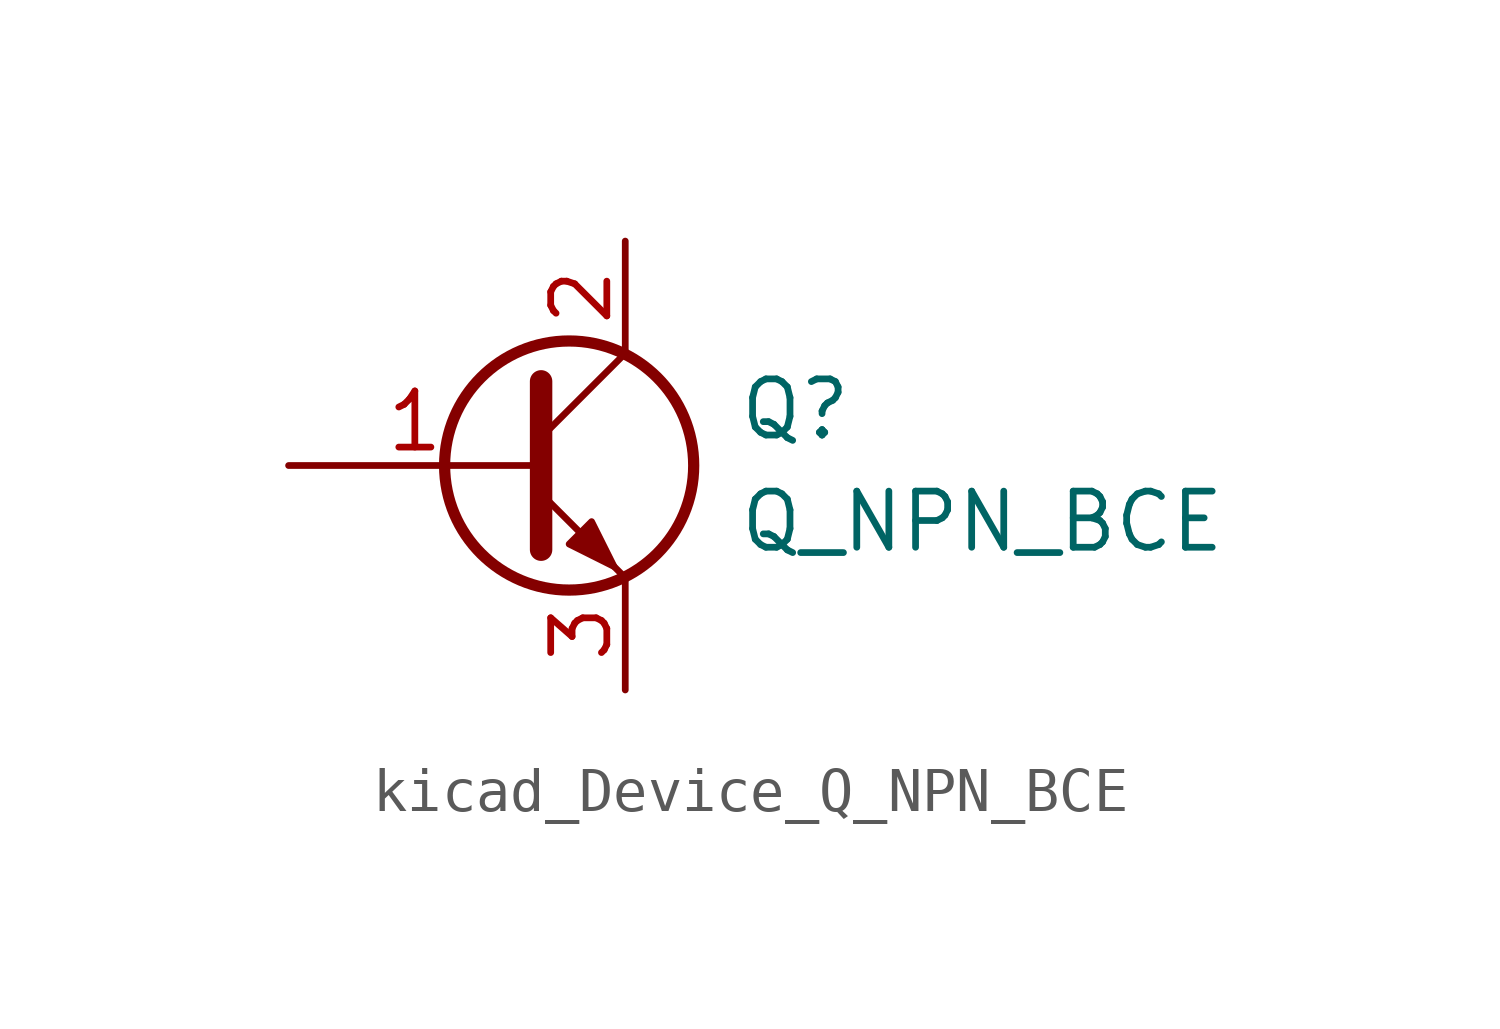
<source format=kicad_sym>
(kicad_symbol_lib
  (version 20220914)
  (generator kicad_symbol_editor)
  (symbol "kicad_Device_Q_NPN_BCE"
    (pin_names
      (offset 0) hide)
    (property "Reference" "Q"
      (at 5.08 1.27 0)
      (effects (font (size 1.27 1.27)) (justify left)))
    (property "Value" "Q_NPN_BCE"
      (at 5.08 -1.27 0)
      (effects (font (size 1.27 1.27)) (justify left)))
    (symbol "kicad_Device_Q_NPN_BCE_0_1"
      (polyline (pts (xy 0.635 0.635) (xy 2.54 2.54)) (stroke (width 0) (type default)) (fill (type none)))
      (polyline (pts (xy 0.635 -0.635) (xy 2.54 -2.54) (xy 2.54 -2.54)) (stroke (width 0) (type default)) (fill (type none)))
      (polyline (pts (xy 0.635 1.905) (xy 0.635 -1.905) (xy 0.635 -1.905)) (stroke (width 0.508) (type default)) (fill (type none)))
      (polyline (pts (xy 1.27 -1.778) (xy 1.778 -1.27) (xy 2.286 -2.286) (xy 1.27 -1.778) (xy 1.27 -1.778)) (stroke (width 0) (type default)) (fill (type outline)))
      (circle (center 1.27 0) (radius 2.819) (stroke (width 0.254) (type default)) (fill (type none))))
    (symbol "kicad_Device_Q_NPN_BCE_1_1"
      (pin input line (at -5.08 0 0) (length 5.715) (name "B" (effects (font (size 1.27 1.27)))) (number "1" (effects (font (size 1.27 1.27)))))
      (pin passive line (at 2.54 5.08 270) (length 2.54) (name "C" (effects (font (size 1.27 1.27)))) (number "2" (effects (font (size 1.27 1.27)))))
      (pin passive line (at 2.54 -5.08 90) (length 2.54) (name "E" (effects (font (size 1.27 1.27)))) (number "3" (effects (font (size 1.27 1.27))))))))
</source>
